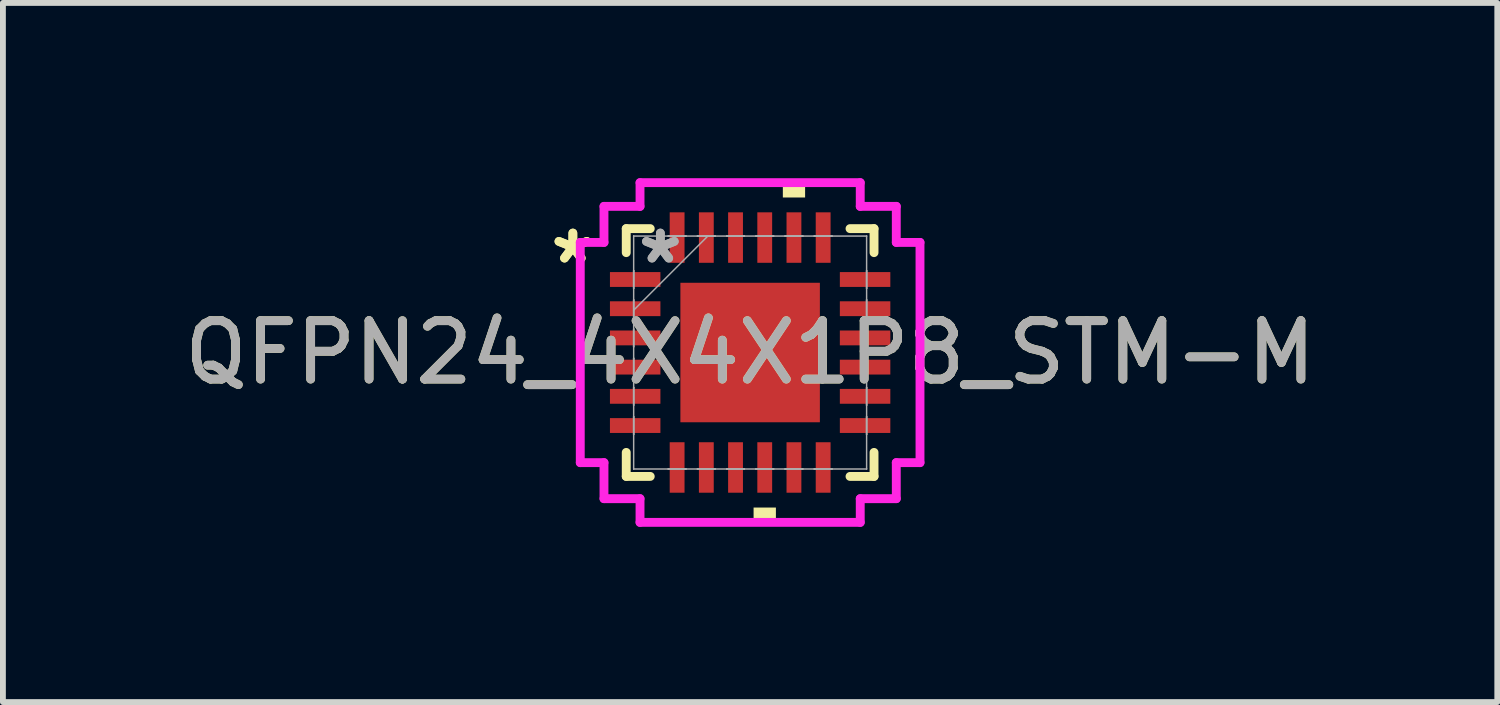
<source format=kicad_pcb>
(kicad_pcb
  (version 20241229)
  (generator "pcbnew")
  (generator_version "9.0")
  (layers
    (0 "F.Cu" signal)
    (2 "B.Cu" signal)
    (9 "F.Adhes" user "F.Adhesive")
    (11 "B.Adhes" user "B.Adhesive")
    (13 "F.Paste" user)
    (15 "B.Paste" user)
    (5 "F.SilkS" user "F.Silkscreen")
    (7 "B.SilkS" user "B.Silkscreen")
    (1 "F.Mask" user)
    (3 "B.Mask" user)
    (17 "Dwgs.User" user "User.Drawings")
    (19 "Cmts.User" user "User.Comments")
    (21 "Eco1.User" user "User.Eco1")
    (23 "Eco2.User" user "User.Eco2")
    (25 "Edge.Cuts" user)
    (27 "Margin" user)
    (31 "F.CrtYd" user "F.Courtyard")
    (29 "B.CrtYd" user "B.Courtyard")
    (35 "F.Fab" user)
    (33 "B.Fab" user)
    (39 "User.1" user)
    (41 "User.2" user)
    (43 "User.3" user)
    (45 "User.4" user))
  (footprint "QFPN24_4X4X1P8_STM-M"
    (layer "F.Cu")
    (at 9.792 2.985)
    (property "Reference" "QFPN24_4X4X1P8_STM-M" (at 0 0 0) (unlocked yes) (layer "F.SilkS") (effects (font (size 1 1) (thickness 0.15))))
    (attr smd)
    (fp_line (start -2.121 -2.121) (end -2.121 -1.71) (stroke (width 0.152) (type solid)) (layer "F.SilkS"))
    (fp_line (start -2.121 1.71) (end -2.121 2.121) (stroke (width 0.152) (type solid)) (layer "F.SilkS"))
    (fp_line (start -2.121 2.121) (end -1.71 2.121) (stroke (width 0.152) (type solid)) (layer "F.SilkS"))
    (fp_line (start -1.71 -2.121) (end -2.121 -2.121) (stroke (width 0.152) (type solid)) (layer "F.SilkS"))
    (fp_line (start 1.71 2.121) (end 2.121 2.121) (stroke (width 0.152) (type solid)) (layer "F.SilkS"))
    (fp_line (start 2.121 -2.121) (end 1.71 -2.121) (stroke (width 0.152) (type solid)) (layer "F.SilkS"))
    (fp_line (start 2.121 -1.71) (end 2.121 -2.121) (stroke (width 0.152) (type solid)) (layer "F.SilkS"))
    (fp_line (start 2.121 2.121) (end 2.121 1.71) (stroke (width 0.152) (type solid)) (layer "F.SilkS"))
    (fp_poly (pts (xy 0.059 2.654) (xy 0.059 2.908) (xy 0.441 2.908) (xy 0.441 2.654)) (stroke (width 0) (type solid)) (fill yes) (layer "F.SilkS"))
    (fp_poly (pts (xy 0.56 -2.654) (xy 0.56 -2.908) (xy 0.941 -2.908) (xy 0.941 -2.654)) (stroke (width 0) (type solid)) (fill yes) (layer "F.SilkS"))
    (fp_line (start -2.908 -1.885) (end -2.502 -1.885) (stroke (width 0.152) (type solid)) (layer "F.CrtYd"))
    (fp_line (start -2.908 1.885) (end -2.908 -1.885) (stroke (width 0.152) (type solid)) (layer "F.CrtYd"))
    (fp_line (start -2.502 -2.502) (end -1.885 -2.502) (stroke (width 0.152) (type solid)) (layer "F.CrtYd"))
    (fp_line (start -2.502 -1.885) (end -2.502 -2.502) (stroke (width 0.152) (type solid)) (layer "F.CrtYd"))
    (fp_line (start -2.502 1.885) (end -2.908 1.885) (stroke (width 0.152) (type solid)) (layer "F.CrtYd"))
    (fp_line (start -2.502 2.502) (end -2.502 1.885) (stroke (width 0.152) (type solid)) (layer "F.CrtYd"))
    (fp_line (start -1.885 -2.908) (end 1.885 -2.908) (stroke (width 0.152) (type solid)) (layer "F.CrtYd"))
    (fp_line (start -1.885 -2.502) (end -1.885 -2.908) (stroke (width 0.152) (type solid)) (layer "F.CrtYd"))
    (fp_line (start -1.885 2.502) (end -2.502 2.502) (stroke (width 0.152) (type solid)) (layer "F.CrtYd"))
    (fp_line (start -1.885 2.908) (end -1.885 2.502) (stroke (width 0.152) (type solid)) (layer "F.CrtYd"))
    (fp_line (start 1.885 -2.908) (end 1.885 -2.502) (stroke (width 0.152) (type solid)) (layer "F.CrtYd"))
    (fp_line (start 1.885 -2.502) (end 2.502 -2.502) (stroke (width 0.152) (type solid)) (layer "F.CrtYd"))
    (fp_line (start 1.885 2.502) (end 1.885 2.908) (stroke (width 0.152) (type solid)) (layer "F.CrtYd"))
    (fp_line (start 1.885 2.908) (end -1.885 2.908) (stroke (width 0.152) (type solid)) (layer "F.CrtYd"))
    (fp_line (start 2.502 -2.502) (end 2.502 -1.885) (stroke (width 0.152) (type solid)) (layer "F.CrtYd"))
    (fp_line (start 2.502 -1.885) (end 2.908 -1.885) (stroke (width 0.152) (type solid)) (layer "F.CrtYd"))
    (fp_line (start 2.502 1.885) (end 2.502 2.502) (stroke (width 0.152) (type solid)) (layer "F.CrtYd"))
    (fp_line (start 2.502 2.502) (end 1.885 2.502) (stroke (width 0.152) (type solid)) (layer "F.CrtYd"))
    (fp_line (start 2.908 -1.885) (end 2.908 1.885) (stroke (width 0.152) (type solid)) (layer "F.CrtYd"))
    (fp_line (start 2.908 1.885) (end 2.502 1.885) (stroke (width 0.152) (type solid)) (layer "F.CrtYd"))
    (fp_line (start -1.994 -1.994) (end -1.994 -1.994) (stroke (width 0.025) (type solid)) (layer "F.Fab"))
    (fp_line (start -1.994 -1.994) (end -1.994 1.994) (stroke (width 0.025) (type solid)) (layer "F.Fab"))
    (fp_line (start -1.994 -1.402) (end -1.994 -1.402) (stroke (width 0.025) (type solid)) (layer "F.Fab"))
    (fp_line (start -1.994 -1.402) (end -1.994 -1.098) (stroke (width 0.025) (type solid)) (layer "F.Fab"))
    (fp_line (start -1.994 -1.098) (end -1.994 -1.402) (stroke (width 0.025) (type solid)) (layer "F.Fab"))
    (fp_line (start -1.994 -1.098) (end -1.994 -1.098) (stroke (width 0.025) (type solid)) (layer "F.Fab"))
    (fp_line (start -1.994 -0.902) (end -1.994 -0.902) (stroke (width 0.025) (type solid)) (layer "F.Fab"))
    (fp_line (start -1.994 -0.902) (end -1.994 -0.598) (stroke (width 0.025) (type solid)) (layer "F.Fab"))
    (fp_line (start -1.994 -0.724) (end -0.724 -1.994) (stroke (width 0.025) (type solid)) (layer "F.Fab"))
    (fp_line (start -1.994 -0.598) (end -1.994 -0.902) (stroke (width 0.025) (type solid)) (layer "F.Fab"))
    (fp_line (start -1.994 -0.598) (end -1.994 -0.598) (stroke (width 0.025) (type solid)) (layer "F.Fab"))
    (fp_line (start -1.994 -0.402) (end -1.994 -0.402) (stroke (width 0.025) (type solid)) (layer "F.Fab"))
    (fp_line (start -1.994 -0.402) (end -1.994 -0.098) (stroke (width 0.025) (type solid)) (layer "F.Fab"))
    (fp_line (start -1.994 -0.098) (end -1.994 -0.402) (stroke (width 0.025) (type solid)) (layer "F.Fab"))
    (fp_line (start -1.994 -0.098) (end -1.994 -0.098) (stroke (width 0.025) (type solid)) (layer "F.Fab"))
    (fp_line (start -1.994 0.098) (end -1.994 0.098) (stroke (width 0.025) (type solid)) (layer "F.Fab"))
    (fp_line (start -1.994 0.098) (end -1.994 0.402) (stroke (width 0.025) (type solid)) (layer "F.Fab"))
    (fp_line (start -1.994 0.402) (end -1.994 0.098) (stroke (width 0.025) (type solid)) (layer "F.Fab"))
    (fp_line (start -1.994 0.402) (end -1.994 0.402) (stroke (width 0.025) (type solid)) (layer "F.Fab"))
    (fp_line (start -1.994 0.598) (end -1.994 0.598) (stroke (width 0.025) (type solid)) (layer "F.Fab"))
    (fp_line (start -1.994 0.598) (end -1.994 0.902) (stroke (width 0.025) (type solid)) (layer "F.Fab"))
    (fp_line (start -1.994 0.902) (end -1.994 0.598) (stroke (width 0.025) (type solid)) (layer "F.Fab"))
    (fp_line (start -1.994 0.902) (end -1.994 0.902) (stroke (width 0.025) (type solid)) (layer "F.Fab"))
    (fp_line (start -1.994 1.098) (end -1.994 1.098) (stroke (width 0.025) (type solid)) (layer "F.Fab"))
    (fp_line (start -1.994 1.098) (end -1.994 1.402) (stroke (width 0.025) (type solid)) (layer "F.Fab"))
    (fp_line (start -1.994 1.402) (end -1.994 1.098) (stroke (width 0.025) (type solid)) (layer "F.Fab"))
    (fp_line (start -1.994 1.402) (end -1.994 1.402) (stroke (width 0.025) (type solid)) (layer "F.Fab"))
    (fp_line (start -1.994 1.994) (end -1.994 1.994) (stroke (width 0.025) (type solid)) (layer "F.Fab"))
    (fp_line (start -1.994 1.994) (end 1.994 1.994) (stroke (width 0.025) (type solid)) (layer "F.Fab"))
    (fp_line (start -1.402 -1.994) (end -1.402 -1.994) (stroke (width 0.025) (type solid)) (layer "F.Fab"))
    (fp_line (start -1.402 -1.994) (end -1.098 -1.994) (stroke (width 0.025) (type solid)) (layer "F.Fab"))
    (fp_line (start -1.402 1.994) (end -1.402 1.994) (stroke (width 0.025) (type solid)) (layer "F.Fab"))
    (fp_line (start -1.402 1.994) (end -1.098 1.994) (stroke (width 0.025) (type solid)) (layer "F.Fab"))
    (fp_line (start -1.098 -1.994) (end -1.402 -1.994) (stroke (width 0.025) (type solid)) (layer "F.Fab"))
    (fp_line (start -1.098 -1.994) (end -1.098 -1.994) (stroke (width 0.025) (type solid)) (layer "F.Fab"))
    (fp_line (start -1.098 1.994) (end -1.402 1.994) (stroke (width 0.025) (type solid)) (layer "F.Fab"))
    (fp_line (start -1.098 1.994) (end -1.098 1.994) (stroke (width 0.025) (type solid)) (layer "F.Fab"))
    (fp_line (start -0.902 -1.994) (end -0.902 -1.994) (stroke (width 0.025) (type solid)) (layer "F.Fab"))
    (fp_line (start -0.902 -1.994) (end -0.598 -1.994) (stroke (width 0.025) (type solid)) (layer "F.Fab"))
    (fp_line (start -0.902 1.994) (end -0.902 1.994) (stroke (width 0.025) (type solid)) (layer "F.Fab"))
    (fp_line (start -0.902 1.994) (end -0.598 1.994) (stroke (width 0.025) (type solid)) (layer "F.Fab"))
    (fp_line (start -0.598 -1.994) (end -0.902 -1.994) (stroke (width 0.025) (type solid)) (layer "F.Fab"))
    (fp_line (start -0.598 -1.994) (end -0.598 -1.994) (stroke (width 0.025) (type solid)) (layer "F.Fab"))
    (fp_line (start -0.598 1.994) (end -0.902 1.994) (stroke (width 0.025) (type solid)) (layer "F.Fab"))
    (fp_line (start -0.598 1.994) (end -0.598 1.994) (stroke (width 0.025) (type solid)) (layer "F.Fab"))
    (fp_line (start -0.402 -1.994) (end -0.402 -1.994) (stroke (width 0.025) (type solid)) (layer "F.Fab"))
    (fp_line (start -0.402 -1.994) (end -0.098 -1.994) (stroke (width 0.025) (type solid)) (layer "F.Fab"))
    (fp_line (start -0.402 1.994) (end -0.402 1.994) (stroke (width 0.025) (type solid)) (layer "F.Fab"))
    (fp_line (start -0.402 1.994) (end -0.098 1.994) (stroke (width 0.025) (type solid)) (layer "F.Fab"))
    (fp_line (start -0.098 -1.994) (end -0.402 -1.994) (stroke (width 0.025) (type solid)) (layer "F.Fab"))
    (fp_line (start -0.098 -1.994) (end -0.098 -1.994) (stroke (width 0.025) (type solid)) (layer "F.Fab"))
    (fp_line (start -0.098 1.994) (end -0.402 1.994) (stroke (width 0.025) (type solid)) (layer "F.Fab"))
    (fp_line (start -0.098 1.994) (end -0.098 1.994) (stroke (width 0.025) (type solid)) (layer "F.Fab"))
    (fp_line (start 0.098 -1.994) (end 0.098 -1.994) (stroke (width 0.025) (type solid)) (layer "F.Fab"))
    (fp_line (start 0.098 -1.994) (end 0.402 -1.994) (stroke (width 0.025) (type solid)) (layer "F.Fab"))
    (fp_line (start 0.098 1.994) (end 0.098 1.994) (stroke (width 0.025) (type solid)) (layer "F.Fab"))
    (fp_line (start 0.098 1.994) (end 0.402 1.994) (stroke (width 0.025) (type solid)) (layer "F.Fab"))
    (fp_line (start 0.402 -1.994) (end 0.098 -1.994) (stroke (width 0.025) (type solid)) (layer "F.Fab"))
    (fp_line (start 0.402 -1.994) (end 0.402 -1.994) (stroke (width 0.025) (type solid)) (layer "F.Fab"))
    (fp_line (start 0.402 1.994) (end 0.098 1.994) (stroke (width 0.025) (type solid)) (layer "F.Fab"))
    (fp_line (start 0.402 1.994) (end 0.402 1.994) (stroke (width 0.025) (type solid)) (layer "F.Fab"))
    (fp_line (start 0.598 -1.994) (end 0.598 -1.994) (stroke (width 0.025) (type solid)) (layer "F.Fab"))
    (fp_line (start 0.598 -1.994) (end 0.902 -1.994) (stroke (width 0.025) (type solid)) (layer "F.Fab"))
    (fp_line (start 0.598 1.994) (end 0.598 1.994) (stroke (width 0.025) (type solid)) (layer "F.Fab"))
    (fp_line (start 0.598 1.994) (end 0.902 1.994) (stroke (width 0.025) (type solid)) (layer "F.Fab"))
    (fp_line (start 0.902 -1.994) (end 0.598 -1.994) (stroke (width 0.025) (type solid)) (layer "F.Fab"))
    (fp_line (start 0.902 -1.994) (end 0.902 -1.994) (stroke (width 0.025) (type solid)) (layer "F.Fab"))
    (fp_line (start 0.902 1.994) (end 0.598 1.994) (stroke (width 0.025) (type solid)) (layer "F.Fab"))
    (fp_line (start 0.902 1.994) (end 0.902 1.994) (stroke (width 0.025) (type solid)) (layer "F.Fab"))
    (fp_line (start 1.098 -1.994) (end 1.098 -1.994) (stroke (width 0.025) (type solid)) (layer "F.Fab"))
    (fp_line (start 1.098 -1.994) (end 1.402 -1.994) (stroke (width 0.025) (type solid)) (layer "F.Fab"))
    (fp_line (start 1.098 1.994) (end 1.098 1.994) (stroke (width 0.025) (type solid)) (layer "F.Fab"))
    (fp_line (start 1.098 1.994) (end 1.402 1.994) (stroke (width 0.025) (type solid)) (layer "F.Fab"))
    (fp_line (start 1.402 -1.994) (end 1.098 -1.994) (stroke (width 0.025) (type solid)) (layer "F.Fab"))
    (fp_line (start 1.402 -1.994) (end 1.402 -1.994) (stroke (width 0.025) (type solid)) (layer "F.Fab"))
    (fp_line (start 1.402 1.994) (end 1.098 1.994) (stroke (width 0.025) (type solid)) (layer "F.Fab"))
    (fp_line (start 1.402 1.994) (end 1.402 1.994) (stroke (width 0.025) (type solid)) (layer "F.Fab"))
    (fp_line (start 1.994 -1.994) (end -1.994 -1.994) (stroke (width 0.025) (type solid)) (layer "F.Fab"))
    (fp_line (start 1.994 -1.994) (end 1.994 -1.994) (stroke (width 0.025) (type solid)) (layer "F.Fab"))
    (fp_line (start 1.994 -1.402) (end 1.994 -1.402) (stroke (width 0.025) (type solid)) (layer "F.Fab"))
    (fp_line (start 1.994 -1.402) (end 1.994 -1.098) (stroke (width 0.025) (type solid)) (layer "F.Fab"))
    (fp_line (start 1.994 -1.098) (end 1.994 -1.402) (stroke (width 0.025) (type solid)) (layer "F.Fab"))
    (fp_line (start 1.994 -1.098) (end 1.994 -1.098) (stroke (width 0.025) (type solid)) (layer "F.Fab"))
    (fp_line (start 1.994 -0.902) (end 1.994 -0.902) (stroke (width 0.025) (type solid)) (layer "F.Fab"))
    (fp_line (start 1.994 -0.902) (end 1.994 -0.598) (stroke (width 0.025) (type solid)) (layer "F.Fab"))
    (fp_line (start 1.994 -0.598) (end 1.994 -0.902) (stroke (width 0.025) (type solid)) (layer "F.Fab"))
    (fp_line (start 1.994 -0.598) (end 1.994 -0.598) (stroke (width 0.025) (type solid)) (layer "F.Fab"))
    (fp_line (start 1.994 -0.402) (end 1.994 -0.402) (stroke (width 0.025) (type solid)) (layer "F.Fab"))
    (fp_line (start 1.994 -0.402) (end 1.994 -0.098) (stroke (width 0.025) (type solid)) (layer "F.Fab"))
    (fp_line (start 1.994 -0.098) (end 1.994 -0.402) (stroke (width 0.025) (type solid)) (layer "F.Fab"))
    (fp_line (start 1.994 -0.098) (end 1.994 -0.098) (stroke (width 0.025) (type solid)) (layer "F.Fab"))
    (fp_line (start 1.994 0.098) (end 1.994 0.098) (stroke (width 0.025) (type solid)) (layer "F.Fab"))
    (fp_line (start 1.994 0.098) (end 1.994 0.402) (stroke (width 0.025) (type solid)) (layer "F.Fab"))
    (fp_line (start 1.994 0.402) (end 1.994 0.098) (stroke (width 0.025) (type solid)) (layer "F.Fab"))
    (fp_line (start 1.994 0.402) (end 1.994 0.402) (stroke (width 0.025) (type solid)) (layer "F.Fab"))
    (fp_line (start 1.994 0.598) (end 1.994 0.598) (stroke (width 0.025) (type solid)) (layer "F.Fab"))
    (fp_line (start 1.994 0.598) (end 1.994 0.902) (stroke (width 0.025) (type solid)) (layer "F.Fab"))
    (fp_line (start 1.994 0.902) (end 1.994 0.598) (stroke (width 0.025) (type solid)) (layer "F.Fab"))
    (fp_line (start 1.994 0.902) (end 1.994 0.902) (stroke (width 0.025) (type solid)) (layer "F.Fab"))
    (fp_line (start 1.994 1.098) (end 1.994 1.098) (stroke (width 0.025) (type solid)) (layer "F.Fab"))
    (fp_line (start 1.994 1.098) (end 1.994 1.402) (stroke (width 0.025) (type solid)) (layer "F.Fab"))
    (fp_line (start 1.994 1.402) (end 1.994 1.098) (stroke (width 0.025) (type solid)) (layer "F.Fab"))
    (fp_line (start 1.994 1.402) (end 1.994 1.402) (stroke (width 0.025) (type solid)) (layer "F.Fab"))
    (fp_line (start 1.994 1.994) (end 1.994 -1.994) (stroke (width 0.025) (type solid)) (layer "F.Fab"))
    (fp_line (start 1.994 1.994) (end 1.994 1.994) (stroke (width 0.025) (type solid)) (layer "F.Fab"))
    (fp_text user "*" (at -3.035 -1.5 0) (unlocked yes) (layer "F.SilkS") (effects (font (size 1 1) (thickness 0.15))))
    (fp_text user "*" (at -3.035 -1.5 0) (layer "F.SilkS") (effects (font (size 1 1) (thickness 0.15))))
    (fp_text user "*" (at -1.537 -1.5 0) (layer "F.Fab") (effects (font (size 1 1) (thickness 0.15))))
    (fp_text user "${REFERENCE}" (at 0 0 0) (unlocked yes) (layer "F.Fab") (effects (font (size 1 1) (thickness 0.15))))
    (fp_text user "*" (at -1.537 -1.5 0) (unlocked yes) (layer "F.Fab") (effects (font (size 1 1) (thickness 0.15))))
    (pad "1" smd rect (at -1.968 -1.25 90) (size 0.254 0.864) (layers "F.Cu" "F.Mask" "F.Paste"))
    (pad "2" smd rect (at -1.968 -0.75 90) (size 0.254 0.864) (layers "F.Cu" "F.Mask" "F.Paste"))
    (pad "3" smd rect (at -1.968 -0.25 90) (size 0.254 0.864) (layers "F.Cu" "F.Mask" "F.Paste"))
    (pad "4" smd rect (at -1.968 0.25 90) (size 0.254 0.864) (layers "F.Cu" "F.Mask" "F.Paste"))
    (pad "5" smd rect (at -1.968 0.75 90) (size 0.254 0.864) (layers "F.Cu" "F.Mask" "F.Paste"))
    (pad "6" smd rect (at -1.968 1.25 90) (size 0.254 0.864) (layers "F.Cu" "F.Mask" "F.Paste"))
    (pad "7" smd rect (at -1.25 1.968) (size 0.254 0.864) (layers "F.Cu" "F.Mask" "F.Paste"))
    (pad "8" smd rect (at -0.75 1.968) (size 0.254 0.864) (layers "F.Cu" "F.Mask" "F.Paste"))
    (pad "9" smd rect (at -0.25 1.968) (size 0.254 0.864) (layers "F.Cu" "F.Mask" "F.Paste"))
    (pad "10" smd rect (at 0.25 1.968) (size 0.254 0.864) (layers "F.Cu" "F.Mask" "F.Paste"))
    (pad "11" smd rect (at 0.75 1.968) (size 0.254 0.864) (layers "F.Cu" "F.Mask" "F.Paste"))
    (pad "12" smd rect (at 1.25 1.968) (size 0.254 0.864) (layers "F.Cu" "F.Mask" "F.Paste"))
    (pad "13" smd rect (at 1.968 1.25 90) (size 0.254 0.864) (layers "F.Cu" "F.Mask" "F.Paste"))
    (pad "14" smd rect (at 1.968 0.75 90) (size 0.254 0.864) (layers "F.Cu" "F.Mask" "F.Paste"))
    (pad "15" smd rect (at 1.968 0.25 90) (size 0.254 0.864) (layers "F.Cu" "F.Mask" "F.Paste"))
    (pad "16" smd rect (at 1.968 -0.25 90) (size 0.254 0.864) (layers "F.Cu" "F.Mask" "F.Paste"))
    (pad "17" smd rect (at 1.968 -0.75 90) (size 0.254 0.864) (layers "F.Cu" "F.Mask" "F.Paste"))
    (pad "18" smd rect (at 1.968 -1.25 90) (size 0.254 0.864) (layers "F.Cu" "F.Mask" "F.Paste"))
    (pad "19" smd rect (at 1.25 -1.968) (size 0.254 0.864) (layers "F.Cu" "F.Mask" "F.Paste"))
    (pad "20" smd rect (at 0.75 -1.968) (size 0.254 0.864) (layers "F.Cu" "F.Mask" "F.Paste"))
    (pad "21" smd rect (at 0.25 -1.968) (size 0.254 0.864) (layers "F.Cu" "F.Mask" "F.Paste"))
    (pad "22" smd rect (at -0.25 -1.968) (size 0.254 0.864) (layers "F.Cu" "F.Mask" "F.Paste"))
    (pad "23" smd rect (at -0.75 -1.968) (size 0.254 0.864) (layers "F.Cu" "F.Mask" "F.Paste"))
    (pad "24" smd rect (at -1.25 -1.968) (size 0.254 0.864) (layers "F.Cu" "F.Mask" "F.Paste"))
    (pad "25" smd rect (at 0 0) (size 2.388 2.388) (layers "F.Cu" "F.Mask" "F.Paste")))
  (gr_rect
    (start -3 -3)
    (end 22.583 8.969)
    (stroke (width 0.1) (type default))
    (fill no)
    (layer "Edge.Cuts")))
</source>
